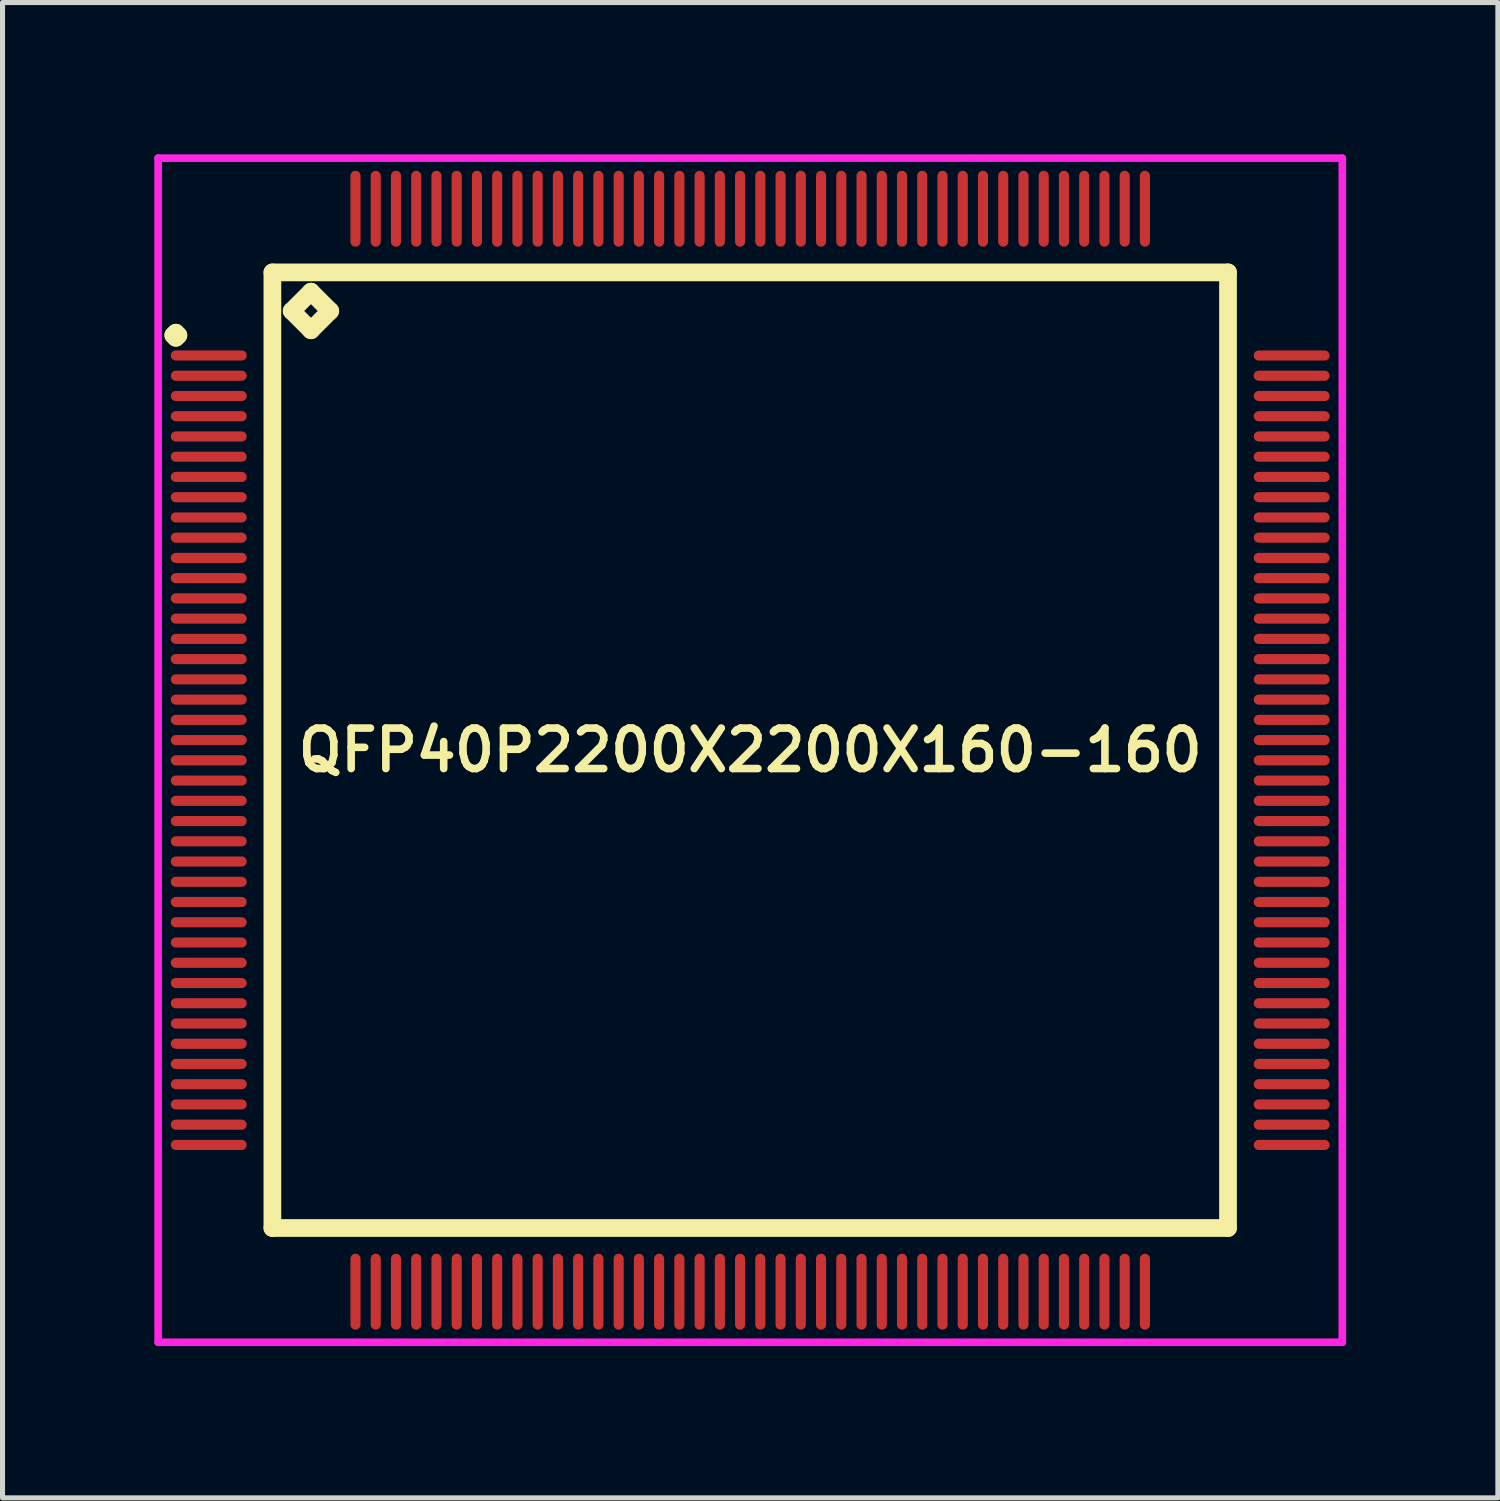
<source format=kicad_pcb>
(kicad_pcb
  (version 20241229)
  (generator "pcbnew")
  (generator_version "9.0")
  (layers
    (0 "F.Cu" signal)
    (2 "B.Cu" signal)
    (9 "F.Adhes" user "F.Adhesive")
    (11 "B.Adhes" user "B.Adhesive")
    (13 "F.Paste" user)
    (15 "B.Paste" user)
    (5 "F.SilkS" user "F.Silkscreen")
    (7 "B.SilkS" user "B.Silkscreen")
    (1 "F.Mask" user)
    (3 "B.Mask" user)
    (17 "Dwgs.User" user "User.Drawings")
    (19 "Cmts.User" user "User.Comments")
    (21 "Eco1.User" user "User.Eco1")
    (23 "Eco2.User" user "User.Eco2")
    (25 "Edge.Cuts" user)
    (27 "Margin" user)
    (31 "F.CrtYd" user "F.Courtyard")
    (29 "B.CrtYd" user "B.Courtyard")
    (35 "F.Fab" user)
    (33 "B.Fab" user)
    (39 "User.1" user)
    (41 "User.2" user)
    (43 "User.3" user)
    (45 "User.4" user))
  (footprint "QFP40P2200X2200X160-160"
    (layer "F.Cu")
    (at 11.775 11.775)
    (property "Reference" "QFP40P2200X2200X160-160" (at 0 0 0) (layer "F.SilkS") (effects (font (size 0.8 0.8) (thickness 0.15))))
    (attr smd)
    (fp_line (start -11.4 -8.2) (end -11.35 -8.25) (stroke (width 0.35) (type solid)) (layer "F.SilkS"))
    (fp_line (start -11.35 -8.25) (end -11.3 -8.2) (stroke (width 0.35) (type solid)) (layer "F.SilkS"))
    (fp_line (start -11.35 -8.15) (end -11.4 -8.2) (stroke (width 0.35) (type solid)) (layer "F.SilkS"))
    (fp_line (start -11.3 -8.2) (end -11.35 -8.15) (stroke (width 0.35) (type solid)) (layer "F.SilkS"))
    (fp_line (start -9.442 -9.442) (end -9.442 9.442) (stroke (width 0.35) (type solid)) (layer "F.SilkS"))
    (fp_line (start -9.442 9.442) (end 9.442 9.442) (stroke (width 0.35) (type solid)) (layer "F.SilkS"))
    (fp_line (start -9.061 -8.68) (end -8.68 -9.061) (stroke (width 0.35) (type solid)) (layer "F.SilkS"))
    (fp_line (start -8.68 -9.061) (end -8.299 -8.68) (stroke (width 0.35) (type solid)) (layer "F.SilkS"))
    (fp_line (start -8.68 -8.299) (end -9.061 -8.68) (stroke (width 0.35) (type solid)) (layer "F.SilkS"))
    (fp_line (start -8.299 -8.68) (end -8.68 -8.299) (stroke (width 0.35) (type solid)) (layer "F.SilkS"))
    (fp_line (start 9.442 -9.442) (end -9.442 -9.442) (stroke (width 0.35) (type solid)) (layer "F.SilkS"))
    (fp_line (start 9.442 9.442) (end 9.442 -9.442) (stroke (width 0.35) (type solid)) (layer "F.SilkS"))
    (fp_line (start -11.7 -11.7) (end 11.7 -11.7) (stroke (width 0.15) (type solid)) (layer "F.CrtYd"))
    (fp_line (start -11.7 11.7) (end -11.7 -11.7) (stroke (width 0.15) (type solid)) (layer "F.CrtYd"))
    (fp_line (start 11.7 -11.7) (end 11.7 11.7) (stroke (width 0.15) (type solid)) (layer "F.CrtYd"))
    (fp_line (start 11.7 11.7) (end -11.7 11.7) (stroke (width 0.15) (type solid)) (layer "F.CrtYd"))
    (pad "1" smd oval (at -10.7 -7.8) (size 1.5 0.2) (layers "F.Cu" "F.Mask" "F.Paste"))
    (pad "2" smd oval (at -10.7 -7.4) (size 1.5 0.2) (layers "F.Cu" "F.Mask" "F.Paste"))
    (pad "3" smd oval (at -10.7 -7) (size 1.5 0.2) (layers "F.Cu" "F.Mask" "F.Paste"))
    (pad "4" smd oval (at -10.7 -6.6) (size 1.5 0.2) (layers "F.Cu" "F.Mask" "F.Paste"))
    (pad "5" smd oval (at -10.7 -6.2) (size 1.5 0.2) (layers "F.Cu" "F.Mask" "F.Paste"))
    (pad "6" smd oval (at -10.7 -5.8) (size 1.5 0.2) (layers "F.Cu" "F.Mask" "F.Paste"))
    (pad "7" smd oval (at -10.7 -5.4) (size 1.5 0.2) (layers "F.Cu" "F.Mask" "F.Paste"))
    (pad "8" smd oval (at -10.7 -5) (size 1.5 0.2) (layers "F.Cu" "F.Mask" "F.Paste"))
    (pad "9" smd oval (at -10.7 -4.6) (size 1.5 0.2) (layers "F.Cu" "F.Mask" "F.Paste"))
    (pad "10" smd oval (at -10.7 -4.2) (size 1.5 0.2) (layers "F.Cu" "F.Mask" "F.Paste"))
    (pad "11" smd oval (at -10.7 -3.8) (size 1.5 0.2) (layers "F.Cu" "F.Mask" "F.Paste"))
    (pad "12" smd oval (at -10.7 -3.4) (size 1.5 0.2) (layers "F.Cu" "F.Mask" "F.Paste"))
    (pad "13" smd oval (at -10.7 -3) (size 1.5 0.2) (layers "F.Cu" "F.Mask" "F.Paste"))
    (pad "14" smd oval (at -10.7 -2.6) (size 1.5 0.2) (layers "F.Cu" "F.Mask" "F.Paste"))
    (pad "15" smd oval (at -10.7 -2.2) (size 1.5 0.2) (layers "F.Cu" "F.Mask" "F.Paste"))
    (pad "16" smd oval (at -10.7 -1.8) (size 1.5 0.2) (layers "F.Cu" "F.Mask" "F.Paste"))
    (pad "17" smd oval (at -10.7 -1.4) (size 1.5 0.2) (layers "F.Cu" "F.Mask" "F.Paste"))
    (pad "18" smd oval (at -10.7 -1) (size 1.5 0.2) (layers "F.Cu" "F.Mask" "F.Paste"))
    (pad "19" smd oval (at -10.7 -0.6) (size 1.5 0.2) (layers "F.Cu" "F.Mask" "F.Paste"))
    (pad "20" smd oval (at -10.7 -0.2) (size 1.5 0.2) (layers "F.Cu" "F.Mask" "F.Paste"))
    (pad "21" smd oval (at -10.7 0.2) (size 1.5 0.2) (layers "F.Cu" "F.Mask" "F.Paste"))
    (pad "22" smd oval (at -10.7 0.6) (size 1.5 0.2) (layers "F.Cu" "F.Mask" "F.Paste"))
    (pad "23" smd oval (at -10.7 1) (size 1.5 0.2) (layers "F.Cu" "F.Mask" "F.Paste"))
    (pad "24" smd oval (at -10.7 1.4) (size 1.5 0.2) (layers "F.Cu" "F.Mask" "F.Paste"))
    (pad "25" smd oval (at -10.7 1.8) (size 1.5 0.2) (layers "F.Cu" "F.Mask" "F.Paste"))
    (pad "26" smd oval (at -10.7 2.2) (size 1.5 0.2) (layers "F.Cu" "F.Mask" "F.Paste"))
    (pad "27" smd oval (at -10.7 2.6) (size 1.5 0.2) (layers "F.Cu" "F.Mask" "F.Paste"))
    (pad "28" smd oval (at -10.7 3) (size 1.5 0.2) (layers "F.Cu" "F.Mask" "F.Paste"))
    (pad "29" smd oval (at -10.7 3.4) (size 1.5 0.2) (layers "F.Cu" "F.Mask" "F.Paste"))
    (pad "30" smd oval (at -10.7 3.8) (size 1.5 0.2) (layers "F.Cu" "F.Mask" "F.Paste"))
    (pad "31" smd oval (at -10.7 4.2) (size 1.5 0.2) (layers "F.Cu" "F.Mask" "F.Paste"))
    (pad "32" smd oval (at -10.7 4.6) (size 1.5 0.2) (layers "F.Cu" "F.Mask" "F.Paste"))
    (pad "33" smd oval (at -10.7 5) (size 1.5 0.2) (layers "F.Cu" "F.Mask" "F.Paste"))
    (pad "34" smd oval (at -10.7 5.4) (size 1.5 0.2) (layers "F.Cu" "F.Mask" "F.Paste"))
    (pad "35" smd oval (at -10.7 5.8) (size 1.5 0.2) (layers "F.Cu" "F.Mask" "F.Paste"))
    (pad "36" smd oval (at -10.7 6.2) (size 1.5 0.2) (layers "F.Cu" "F.Mask" "F.Paste"))
    (pad "37" smd oval (at -10.7 6.6) (size 1.5 0.2) (layers "F.Cu" "F.Mask" "F.Paste"))
    (pad "38" smd oval (at -10.7 7) (size 1.5 0.2) (layers "F.Cu" "F.Mask" "F.Paste"))
    (pad "39" smd oval (at -10.7 7.4) (size 1.5 0.2) (layers "F.Cu" "F.Mask" "F.Paste"))
    (pad "40" smd oval (at -10.7 7.8) (size 1.5 0.2) (layers "F.Cu" "F.Mask" "F.Paste"))
    (pad "41" smd oval (at -7.8 10.7) (size 0.2 1.5) (layers "F.Cu" "F.Mask" "F.Paste"))
    (pad "42" smd oval (at -7.4 10.7) (size 0.2 1.5) (layers "F.Cu" "F.Mask" "F.Paste"))
    (pad "43" smd oval (at -7 10.7) (size 0.2 1.5) (layers "F.Cu" "F.Mask" "F.Paste"))
    (pad "44" smd oval (at -6.6 10.7) (size 0.2 1.5) (layers "F.Cu" "F.Mask" "F.Paste"))
    (pad "45" smd oval (at -6.2 10.7) (size 0.2 1.5) (layers "F.Cu" "F.Mask" "F.Paste"))
    (pad "46" smd oval (at -5.8 10.7) (size 0.2 1.5) (layers "F.Cu" "F.Mask" "F.Paste"))
    (pad "47" smd oval (at -5.4 10.7) (size 0.2 1.5) (layers "F.Cu" "F.Mask" "F.Paste"))
    (pad "48" smd oval (at -5 10.7) (size 0.2 1.5) (layers "F.Cu" "F.Mask" "F.Paste"))
    (pad "49" smd oval (at -4.6 10.7) (size 0.2 1.5) (layers "F.Cu" "F.Mask" "F.Paste"))
    (pad "50" smd oval (at -4.2 10.7) (size 0.2 1.5) (layers "F.Cu" "F.Mask" "F.Paste"))
    (pad "51" smd oval (at -3.8 10.7) (size 0.2 1.5) (layers "F.Cu" "F.Mask" "F.Paste"))
    (pad "52" smd oval (at -3.4 10.7) (size 0.2 1.5) (layers "F.Cu" "F.Mask" "F.Paste"))
    (pad "53" smd oval (at -3 10.7) (size 0.2 1.5) (layers "F.Cu" "F.Mask" "F.Paste"))
    (pad "54" smd oval (at -2.6 10.7) (size 0.2 1.5) (layers "F.Cu" "F.Mask" "F.Paste"))
    (pad "55" smd oval (at -2.2 10.7) (size 0.2 1.5) (layers "F.Cu" "F.Mask" "F.Paste"))
    (pad "56" smd oval (at -1.8 10.7) (size 0.2 1.5) (layers "F.Cu" "F.Mask" "F.Paste"))
    (pad "57" smd oval (at -1.4 10.7) (size 0.2 1.5) (layers "F.Cu" "F.Mask" "F.Paste"))
    (pad "58" smd oval (at -1 10.7) (size 0.2 1.5) (layers "F.Cu" "F.Mask" "F.Paste"))
    (pad "59" smd oval (at -0.6 10.7) (size 0.2 1.5) (layers "F.Cu" "F.Mask" "F.Paste"))
    (pad "60" smd oval (at -0.2 10.7) (size 0.2 1.5) (layers "F.Cu" "F.Mask" "F.Paste"))
    (pad "61" smd oval (at 0.2 10.7) (size 0.2 1.5) (layers "F.Cu" "F.Mask" "F.Paste"))
    (pad "62" smd oval (at 0.6 10.7) (size 0.2 1.5) (layers "F.Cu" "F.Mask" "F.Paste"))
    (pad "63" smd oval (at 1 10.7) (size 0.2 1.5) (layers "F.Cu" "F.Mask" "F.Paste"))
    (pad "64" smd oval (at 1.4 10.7) (size 0.2 1.5) (layers "F.Cu" "F.Mask" "F.Paste"))
    (pad "65" smd oval (at 1.8 10.7) (size 0.2 1.5) (layers "F.Cu" "F.Mask" "F.Paste"))
    (pad "66" smd oval (at 2.2 10.7) (size 0.2 1.5) (layers "F.Cu" "F.Mask" "F.Paste"))
    (pad "67" smd oval (at 2.6 10.7) (size 0.2 1.5) (layers "F.Cu" "F.Mask" "F.Paste"))
    (pad "68" smd oval (at 3 10.7) (size 0.2 1.5) (layers "F.Cu" "F.Mask" "F.Paste"))
    (pad "69" smd oval (at 3.4 10.7) (size 0.2 1.5) (layers "F.Cu" "F.Mask" "F.Paste"))
    (pad "70" smd oval (at 3.8 10.7) (size 0.2 1.5) (layers "F.Cu" "F.Mask" "F.Paste"))
    (pad "71" smd oval (at 4.2 10.7) (size 0.2 1.5) (layers "F.Cu" "F.Mask" "F.Paste"))
    (pad "72" smd oval (at 4.6 10.7) (size 0.2 1.5) (layers "F.Cu" "F.Mask" "F.Paste"))
    (pad "73" smd oval (at 5 10.7) (size 0.2 1.5) (layers "F.Cu" "F.Mask" "F.Paste"))
    (pad "74" smd oval (at 5.4 10.7) (size 0.2 1.5) (layers "F.Cu" "F.Mask" "F.Paste"))
    (pad "75" smd oval (at 5.8 10.7) (size 0.2 1.5) (layers "F.Cu" "F.Mask" "F.Paste"))
    (pad "76" smd oval (at 6.2 10.7) (size 0.2 1.5) (layers "F.Cu" "F.Mask" "F.Paste"))
    (pad "77" smd oval (at 6.6 10.7) (size 0.2 1.5) (layers "F.Cu" "F.Mask" "F.Paste"))
    (pad "78" smd oval (at 7 10.7) (size 0.2 1.5) (layers "F.Cu" "F.Mask" "F.Paste"))
    (pad "79" smd oval (at 7.4 10.7) (size 0.2 1.5) (layers "F.Cu" "F.Mask" "F.Paste"))
    (pad "80" smd oval (at 7.8 10.7) (size 0.2 1.5) (layers "F.Cu" "F.Mask" "F.Paste"))
    (pad "81" smd oval (at 10.7 7.8) (size 1.5 0.2) (layers "F.Cu" "F.Mask" "F.Paste"))
    (pad "82" smd oval (at 10.7 7.4) (size 1.5 0.2) (layers "F.Cu" "F.Mask" "F.Paste"))
    (pad "83" smd oval (at 10.7 7) (size 1.5 0.2) (layers "F.Cu" "F.Mask" "F.Paste"))
    (pad "84" smd oval (at 10.7 6.6) (size 1.5 0.2) (layers "F.Cu" "F.Mask" "F.Paste"))
    (pad "85" smd oval (at 10.7 6.2) (size 1.5 0.2) (layers "F.Cu" "F.Mask" "F.Paste"))
    (pad "86" smd oval (at 10.7 5.8) (size 1.5 0.2) (layers "F.Cu" "F.Mask" "F.Paste"))
    (pad "87" smd oval (at 10.7 5.4) (size 1.5 0.2) (layers "F.Cu" "F.Mask" "F.Paste"))
    (pad "88" smd oval (at 10.7 5) (size 1.5 0.2) (layers "F.Cu" "F.Mask" "F.Paste"))
    (pad "89" smd oval (at 10.7 4.6) (size 1.5 0.2) (layers "F.Cu" "F.Mask" "F.Paste"))
    (pad "90" smd oval (at 10.7 4.2) (size 1.5 0.2) (layers "F.Cu" "F.Mask" "F.Paste"))
    (pad "91" smd oval (at 10.7 3.8) (size 1.5 0.2) (layers "F.Cu" "F.Mask" "F.Paste"))
    (pad "92" smd oval (at 10.7 3.4) (size 1.5 0.2) (layers "F.Cu" "F.Mask" "F.Paste"))
    (pad "93" smd oval (at 10.7 3) (size 1.5 0.2) (layers "F.Cu" "F.Mask" "F.Paste"))
    (pad "94" smd oval (at 10.7 2.6) (size 1.5 0.2) (layers "F.Cu" "F.Mask" "F.Paste"))
    (pad "95" smd oval (at 10.7 2.2) (size 1.5 0.2) (layers "F.Cu" "F.Mask" "F.Paste"))
    (pad "96" smd oval (at 10.7 1.8) (size 1.5 0.2) (layers "F.Cu" "F.Mask" "F.Paste"))
    (pad "97" smd oval (at 10.7 1.4) (size 1.5 0.2) (layers "F.Cu" "F.Mask" "F.Paste"))
    (pad "98" smd oval (at 10.7 1) (size 1.5 0.2) (layers "F.Cu" "F.Mask" "F.Paste"))
    (pad "99" smd oval (at 10.7 0.6) (size 1.5 0.2) (layers "F.Cu" "F.Mask" "F.Paste"))
    (pad "100" smd oval (at 10.7 0.2) (size 1.5 0.2) (layers "F.Cu" "F.Mask" "F.Paste"))
    (pad "101" smd oval (at 10.7 -0.2) (size 1.5 0.2) (layers "F.Cu" "F.Mask" "F.Paste"))
    (pad "102" smd oval (at 10.7 -0.6) (size 1.5 0.2) (layers "F.Cu" "F.Mask" "F.Paste"))
    (pad "103" smd oval (at 10.7 -1) (size 1.5 0.2) (layers "F.Cu" "F.Mask" "F.Paste"))
    (pad "104" smd oval (at 10.7 -1.4) (size 1.5 0.2) (layers "F.Cu" "F.Mask" "F.Paste"))
    (pad "105" smd oval (at 10.7 -1.8) (size 1.5 0.2) (layers "F.Cu" "F.Mask" "F.Paste"))
    (pad "106" smd oval (at 10.7 -2.2) (size 1.5 0.2) (layers "F.Cu" "F.Mask" "F.Paste"))
    (pad "107" smd oval (at 10.7 -2.6) (size 1.5 0.2) (layers "F.Cu" "F.Mask" "F.Paste"))
    (pad "108" smd oval (at 10.7 -3) (size 1.5 0.2) (layers "F.Cu" "F.Mask" "F.Paste"))
    (pad "109" smd oval (at 10.7 -3.4) (size 1.5 0.2) (layers "F.Cu" "F.Mask" "F.Paste"))
    (pad "110" smd oval (at 10.7 -3.8) (size 1.5 0.2) (layers "F.Cu" "F.Mask" "F.Paste"))
    (pad "111" smd oval (at 10.7 -4.2) (size 1.5 0.2) (layers "F.Cu" "F.Mask" "F.Paste"))
    (pad "112" smd oval (at 10.7 -4.6) (size 1.5 0.2) (layers "F.Cu" "F.Mask" "F.Paste"))
    (pad "113" smd oval (at 10.7 -5) (size 1.5 0.2) (layers "F.Cu" "F.Mask" "F.Paste"))
    (pad "114" smd oval (at 10.7 -5.4) (size 1.5 0.2) (layers "F.Cu" "F.Mask" "F.Paste"))
    (pad "115" smd oval (at 10.7 -5.8) (size 1.5 0.2) (layers "F.Cu" "F.Mask" "F.Paste"))
    (pad "116" smd oval (at 10.7 -6.2) (size 1.5 0.2) (layers "F.Cu" "F.Mask" "F.Paste"))
    (pad "117" smd oval (at 10.7 -6.6) (size 1.5 0.2) (layers "F.Cu" "F.Mask" "F.Paste"))
    (pad "118" smd oval (at 10.7 -7) (size 1.5 0.2) (layers "F.Cu" "F.Mask" "F.Paste"))
    (pad "119" smd oval (at 10.7 -7.4) (size 1.5 0.2) (layers "F.Cu" "F.Mask" "F.Paste"))
    (pad "120" smd oval (at 10.7 -7.8) (size 1.5 0.2) (layers "F.Cu" "F.Mask" "F.Paste"))
    (pad "121" smd oval (at 7.8 -10.7) (size 0.2 1.5) (layers "F.Cu" "F.Mask" "F.Paste"))
    (pad "122" smd oval (at 7.4 -10.7) (size 0.2 1.5) (layers "F.Cu" "F.Mask" "F.Paste"))
    (pad "123" smd oval (at 7 -10.7) (size 0.2 1.5) (layers "F.Cu" "F.Mask" "F.Paste"))
    (pad "124" smd oval (at 6.6 -10.7) (size 0.2 1.5) (layers "F.Cu" "F.Mask" "F.Paste"))
    (pad "125" smd oval (at 6.2 -10.7) (size 0.2 1.5) (layers "F.Cu" "F.Mask" "F.Paste"))
    (pad "126" smd oval (at 5.8 -10.7) (size 0.2 1.5) (layers "F.Cu" "F.Mask" "F.Paste"))
    (pad "127" smd oval (at 5.4 -10.7) (size 0.2 1.5) (layers "F.Cu" "F.Mask" "F.Paste"))
    (pad "128" smd oval (at 5 -10.7) (size 0.2 1.5) (layers "F.Cu" "F.Mask" "F.Paste"))
    (pad "129" smd oval (at 4.6 -10.7) (size 0.2 1.5) (layers "F.Cu" "F.Mask" "F.Paste"))
    (pad "130" smd oval (at 4.2 -10.7) (size 0.2 1.5) (layers "F.Cu" "F.Mask" "F.Paste"))
    (pad "131" smd oval (at 3.8 -10.7) (size 0.2 1.5) (layers "F.Cu" "F.Mask" "F.Paste"))
    (pad "132" smd oval (at 3.4 -10.7) (size 0.2 1.5) (layers "F.Cu" "F.Mask" "F.Paste"))
    (pad "133" smd oval (at 3 -10.7) (size 0.2 1.5) (layers "F.Cu" "F.Mask" "F.Paste"))
    (pad "134" smd oval (at 2.6 -10.7) (size 0.2 1.5) (layers "F.Cu" "F.Mask" "F.Paste"))
    (pad "135" smd oval (at 2.2 -10.7) (size 0.2 1.5) (layers "F.Cu" "F.Mask" "F.Paste"))
    (pad "136" smd oval (at 1.8 -10.7) (size 0.2 1.5) (layers "F.Cu" "F.Mask" "F.Paste"))
    (pad "137" smd oval (at 1.4 -10.7) (size 0.2 1.5) (layers "F.Cu" "F.Mask" "F.Paste"))
    (pad "138" smd oval (at 1 -10.7) (size 0.2 1.5) (layers "F.Cu" "F.Mask" "F.Paste"))
    (pad "139" smd oval (at 0.6 -10.7) (size 0.2 1.5) (layers "F.Cu" "F.Mask" "F.Paste"))
    (pad "140" smd oval (at 0.2 -10.7) (size 0.2 1.5) (layers "F.Cu" "F.Mask" "F.Paste"))
    (pad "141" smd oval (at -0.2 -10.7) (size 0.2 1.5) (layers "F.Cu" "F.Mask" "F.Paste"))
    (pad "142" smd oval (at -0.6 -10.7) (size 0.2 1.5) (layers "F.Cu" "F.Mask" "F.Paste"))
    (pad "143" smd oval (at -1 -10.7) (size 0.2 1.5) (layers "F.Cu" "F.Mask" "F.Paste"))
    (pad "144" smd oval (at -1.4 -10.7) (size 0.2 1.5) (layers "F.Cu" "F.Mask" "F.Paste"))
    (pad "145" smd oval (at -1.8 -10.7) (size 0.2 1.5) (layers "F.Cu" "F.Mask" "F.Paste"))
    (pad "146" smd oval (at -2.2 -10.7) (size 0.2 1.5) (layers "F.Cu" "F.Mask" "F.Paste"))
    (pad "147" smd oval (at -2.6 -10.7) (size 0.2 1.5) (layers "F.Cu" "F.Mask" "F.Paste"))
    (pad "148" smd oval (at -3 -10.7) (size 0.2 1.5) (layers "F.Cu" "F.Mask" "F.Paste"))
    (pad "149" smd oval (at -3.4 -10.7) (size 0.2 1.5) (layers "F.Cu" "F.Mask" "F.Paste"))
    (pad "150" smd oval (at -3.8 -10.7) (size 0.2 1.5) (layers "F.Cu" "F.Mask" "F.Paste"))
    (pad "151" smd oval (at -4.2 -10.7) (size 0.2 1.5) (layers "F.Cu" "F.Mask" "F.Paste"))
    (pad "152" smd oval (at -4.6 -10.7) (size 0.2 1.5) (layers "F.Cu" "F.Mask" "F.Paste"))
    (pad "153" smd oval (at -5 -10.7) (size 0.2 1.5) (layers "F.Cu" "F.Mask" "F.Paste"))
    (pad "154" smd oval (at -5.4 -10.7) (size 0.2 1.5) (layers "F.Cu" "F.Mask" "F.Paste"))
    (pad "155" smd oval (at -5.8 -10.7) (size 0.2 1.5) (layers "F.Cu" "F.Mask" "F.Paste"))
    (pad "156" smd oval (at -6.2 -10.7) (size 0.2 1.5) (layers "F.Cu" "F.Mask" "F.Paste"))
    (pad "157" smd oval (at -6.6 -10.7) (size 0.2 1.5) (layers "F.Cu" "F.Mask" "F.Paste"))
    (pad "158" smd oval (at -7 -10.7) (size 0.2 1.5) (layers "F.Cu" "F.Mask" "F.Paste"))
    (pad "159" smd oval (at -7.4 -10.7) (size 0.2 1.5) (layers "F.Cu" "F.Mask" "F.Paste"))
    (pad "160" smd oval (at -7.8 -10.7) (size 0.2 1.5) (layers "F.Cu" "F.Mask" "F.Paste")))
  (gr_rect
    (start -3 -3)
    (end 26.55 26.55)
    (stroke (width 0.1) (type default))
    (fill no)
    (layer "Edge.Cuts")))
</source>
